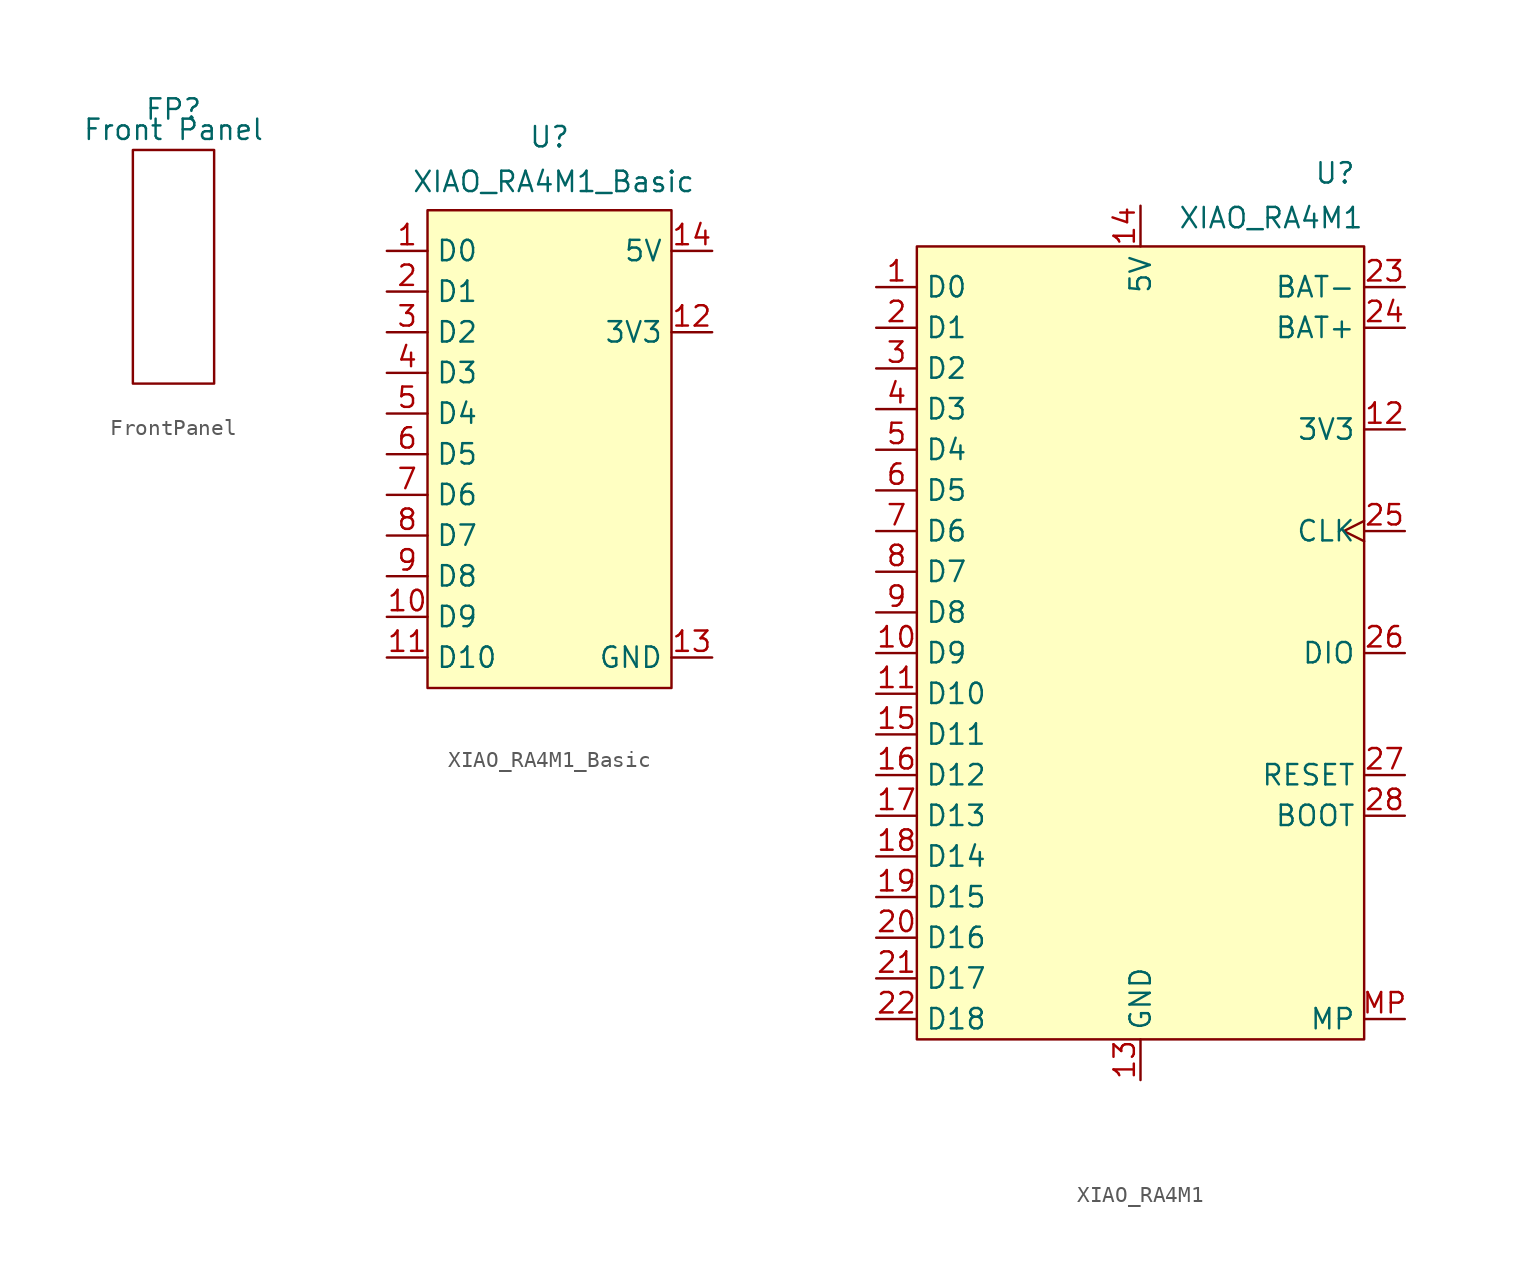
<source format=kicad_sym>
(kicad_symbol_lib
  (version 20231120)
  (generator "kicad_symbol_editor")
  (generator_version "8.0")
  (symbol "FrontPanel"
    (property "Reference" "FP"
      (at 0 2.54 0)
      (effects (font (size 1.27 1.27))))
    (property "Value" "Front Panel"
      (at 0 1.27 0)
      (effects (font (size 1.27 1.27))))
    (symbol "FrontPanel_0_1"
      (rectangle (start -2.54 0) (end 2.54 -14.605) (stroke (width 0) (type default)) (fill (type none)))))
  (symbol "XIAO_RA4M1_Basic"
    (property "Reference" "U"
      (at 10.16 7.112 0)
      (effects (font (size 1.27 1.27))))
    (property "Value" "XIAO_RA4M1_Basic"
      (at 10.414 4.318 0)
      (effects (font (size 1.27 1.27))))
    (symbol "XIAO_RA4M1_Basic_1_1"
      (rectangle (start 2.54 2.54) (end 17.78 -27.305) (stroke (width 0) (type default)) (fill (type background)))
      (pin bidirectional line (at 0 0 0) (length 2.54) (name "D0" (effects (font (size 1.27 1.27)))) (number "1" (effects (font (size 1.27 1.27)))) (alternate "A0" output line))
      (pin bidirectional line (at 0 -22.86 0) (length 2.54) (name "D9" (effects (font (size 1.27 1.27)))) (number "10" (effects (font (size 1.27 1.27)))))
      (pin bidirectional line (at 0 -25.4 0) (length 2.54) (name "D10" (effects (font (size 1.27 1.27)))) (number "11" (effects (font (size 1.27 1.27)))))
      (pin power_out line (at 20.32 -5.08 180) (length 2.54) (name "3V3" (effects (font (size 1.27 1.27)))) (number "12" (effects (font (size 1.27 1.27)))))
      (pin power_in line (at 20.32 -25.4 180) (length 2.54) (name "GND" (effects (font (size 1.27 1.27)))) (number "13" (effects (font (size 1.27 1.27)))))
      (pin power_in line (at 20.32 0 180) (length 2.54) (name "5V" (effects (font (size 1.27 1.27)))) (number "14" (effects (font (size 1.27 1.27)))))
      (pin bidirectional line (at 0 -2.54 0) (length 2.54) (name "D1" (effects (font (size 1.27 1.27)))) (number "2" (effects (font (size 1.27 1.27)))) (alternate "A1" output line))
      (pin bidirectional line (at 0 -5.08 0) (length 2.54) (name "D2" (effects (font (size 1.27 1.27)))) (number "3" (effects (font (size 1.27 1.27)))) (alternate "A2" output line))
      (pin bidirectional line (at 0 -7.62 0) (length 2.54) (name "D3" (effects (font (size 1.27 1.27)))) (number "4" (effects (font (size 1.27 1.27)))) (alternate "A3" output line))
      (pin bidirectional line (at 0 -10.16 0) (length 2.54) (name "D4" (effects (font (size 1.27 1.27)))) (number "5" (effects (font (size 1.27 1.27)))) (alternate "A4" output line))
      (pin bidirectional line (at 0 -12.7 0) (length 2.54) (name "D5" (effects (font (size 1.27 1.27)))) (number "6" (effects (font (size 1.27 1.27)))) (alternate "A5" output line))
      (pin bidirectional line (at 0 -15.24 0) (length 2.54) (name "D6" (effects (font (size 1.27 1.27)))) (number "7" (effects (font (size 1.27 1.27)))))
      (pin bidirectional line (at 0 -17.78 0) (length 2.54) (name "D7" (effects (font (size 1.27 1.27)))) (number "8" (effects (font (size 1.27 1.27)))))
      (pin bidirectional line (at 0 -20.32 0) (length 2.54) (name "D8" (effects (font (size 1.27 1.27)))) (number "9" (effects (font (size 1.27 1.27)))))))
  (symbol "XIAO_RA4M1"
    (property "Reference" "U"
      (at 13.462 2.032 0)
      (effects (font (size 1.27 1.27)) (justify right)))
    (property "Value" "XIAO_RA4M1"
      (at 13.97 -0.762 0)
      (effects (font (size 1.27 1.27)) (justify right)))
    (symbol "XIAO_RA4M1_1_1"
      (rectangle (start -13.97 -2.54) (end 13.97 -52.07) (stroke (width 0) (type default)) (fill (type background)))
      (pin bidirectional line (at -16.51 -5.08 0) (length 2.54) (name "D0" (effects (font (size 1.27 1.27)))) (number "1" (effects (font (size 1.27 1.27)))) (alternate "A0" output line))
      (pin bidirectional line (at -16.51 -27.94 0) (length 2.54) (name "D9" (effects (font (size 1.27 1.27)))) (number "10" (effects (font (size 1.27 1.27)))))
      (pin bidirectional line (at -16.51 -30.48 0) (length 2.54) (name "D10" (effects (font (size 1.27 1.27)))) (number "11" (effects (font (size 1.27 1.27)))))
      (pin power_out line (at 16.51 -13.97 180) (length 2.54) (name "3V3" (effects (font (size 1.27 1.27)))) (number "12" (effects (font (size 1.27 1.27)))))
      (pin power_in line (at 0 -54.61 90) (length 2.54) (name "GND" (effects (font (size 1.27 1.27)))) (number "13" (effects (font (size 1.27 1.27)))))
      (pin power_in line (at 0 0 270) (length 2.54) (name "5V" (effects (font (size 1.27 1.27)))) (number "14" (effects (font (size 1.27 1.27)))))
      (pin bidirectional line (at -16.51 -33.02 0) (length 2.54) (name "D11" (effects (font (size 1.27 1.27)))) (number "15" (effects (font (size 1.27 1.27)))))
      (pin bidirectional line (at -16.51 -35.56 0) (length 2.54) (name "D12" (effects (font (size 1.27 1.27)))) (number "16" (effects (font (size 1.27 1.27)))))
      (pin bidirectional line (at -16.51 -38.1 0) (length 2.54) (name "D13" (effects (font (size 1.27 1.27)))) (number "17" (effects (font (size 1.27 1.27)))))
      (pin bidirectional line (at -16.51 -40.64 0) (length 2.54) (name "D14" (effects (font (size 1.27 1.27)))) (number "18" (effects (font (size 1.27 1.27)))))
      (pin bidirectional line (at -16.51 -43.18 0) (length 2.54) (name "D15" (effects (font (size 1.27 1.27)))) (number "19" (effects (font (size 1.27 1.27)))))
      (pin bidirectional line (at -16.51 -7.62 0) (length 2.54) (name "D1" (effects (font (size 1.27 1.27)))) (number "2" (effects (font (size 1.27 1.27)))) (alternate "A1" output line))
      (pin bidirectional line (at -16.51 -45.72 0) (length 2.54) (name "D16" (effects (font (size 1.27 1.27)))) (number "20" (effects (font (size 1.27 1.27)))))
      (pin bidirectional line (at -16.51 -48.26 0) (length 2.54) (name "D17" (effects (font (size 1.27 1.27)))) (number "21" (effects (font (size 1.27 1.27)))))
      (pin bidirectional line (at -16.51 -50.8 0) (length 2.54) (name "D18" (effects (font (size 1.27 1.27)))) (number "22" (effects (font (size 1.27 1.27)))))
      (pin power_in line (at 16.51 -5.08 180) (length 2.54) (name "BAT-" (effects (font (size 1.27 1.27)))) (number "23" (effects (font (size 1.27 1.27)))))
      (pin power_in line (at 16.51 -7.62 180) (length 2.54) (name "BAT+" (effects (font (size 1.27 1.27)))) (number "24" (effects (font (size 1.27 1.27)))))
      (pin output clock (at 16.51 -20.32 180) (length 2.54) (name "CLK" (effects (font (size 1.27 1.27)))) (number "25" (effects (font (size 1.27 1.27)))))
      (pin input line (at 16.51 -27.94 180) (length 2.54) (name "DIO" (effects (font (size 1.27 1.27)))) (number "26" (effects (font (size 1.27 1.27)))))
      (pin input line (at 16.51 -35.56 180) (length 2.54) (name "RESET" (effects (font (size 1.27 1.27)))) (number "27" (effects (font (size 1.27 1.27)))))
      (pin input line (at 16.51 -38.1 180) (length 2.54) (name "BOOT" (effects (font (size 1.27 1.27)))) (number "28" (effects (font (size 1.27 1.27)))))
      (pin bidirectional line (at -16.51 -10.16 0) (length 2.54) (name "D2" (effects (font (size 1.27 1.27)))) (number "3" (effects (font (size 1.27 1.27)))) (alternate "A2" output line))
      (pin bidirectional line (at -16.51 -12.7 0) (length 2.54) (name "D3" (effects (font (size 1.27 1.27)))) (number "4" (effects (font (size 1.27 1.27)))) (alternate "A3" output line))
      (pin bidirectional line (at -16.51 -15.24 0) (length 2.54) (name "D4" (effects (font (size 1.27 1.27)))) (number "5" (effects (font (size 1.27 1.27)))) (alternate "A4" output line))
      (pin bidirectional line (at -16.51 -17.78 0) (length 2.54) (name "D5" (effects (font (size 1.27 1.27)))) (number "6" (effects (font (size 1.27 1.27)))) (alternate "A5" output line))
      (pin bidirectional line (at -16.51 -20.32 0) (length 2.54) (name "D6" (effects (font (size 1.27 1.27)))) (number "7" (effects (font (size 1.27 1.27)))))
      (pin bidirectional line (at -16.51 -22.86 0) (length 2.54) (name "D7" (effects (font (size 1.27 1.27)))) (number "8" (effects (font (size 1.27 1.27)))))
      (pin bidirectional line (at -16.51 -25.4 0) (length 2.54) (name "D8" (effects (font (size 1.27 1.27)))) (number "9" (effects (font (size 1.27 1.27)))))
      (pin passive line (at 16.51 -50.8 180) (length 2.54) (name "MP" (effects (font (size 1.27 1.27)))) (number "MP" (effects (font (size 1.27 1.27))))))))
</source>
